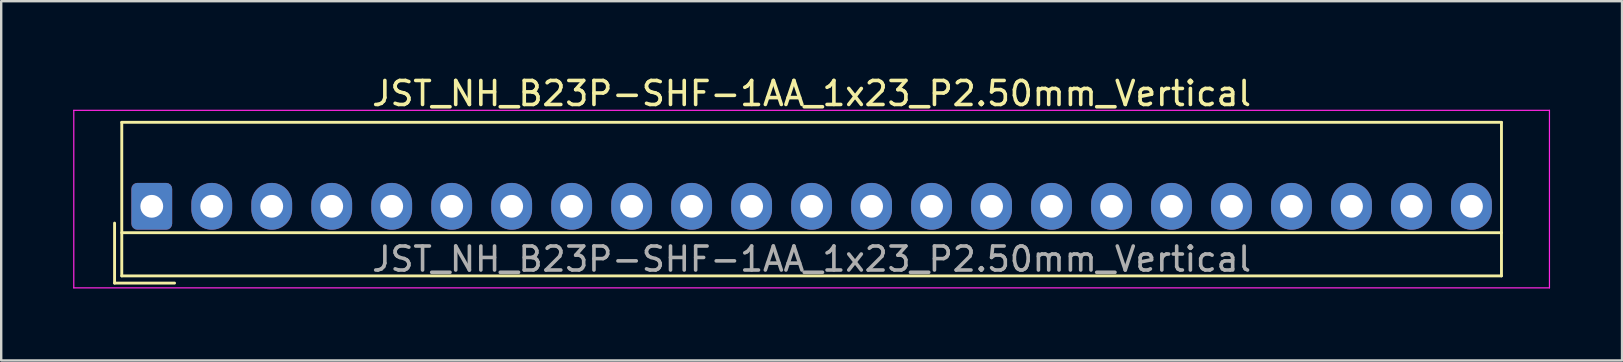
<source format=kicad_pcb>
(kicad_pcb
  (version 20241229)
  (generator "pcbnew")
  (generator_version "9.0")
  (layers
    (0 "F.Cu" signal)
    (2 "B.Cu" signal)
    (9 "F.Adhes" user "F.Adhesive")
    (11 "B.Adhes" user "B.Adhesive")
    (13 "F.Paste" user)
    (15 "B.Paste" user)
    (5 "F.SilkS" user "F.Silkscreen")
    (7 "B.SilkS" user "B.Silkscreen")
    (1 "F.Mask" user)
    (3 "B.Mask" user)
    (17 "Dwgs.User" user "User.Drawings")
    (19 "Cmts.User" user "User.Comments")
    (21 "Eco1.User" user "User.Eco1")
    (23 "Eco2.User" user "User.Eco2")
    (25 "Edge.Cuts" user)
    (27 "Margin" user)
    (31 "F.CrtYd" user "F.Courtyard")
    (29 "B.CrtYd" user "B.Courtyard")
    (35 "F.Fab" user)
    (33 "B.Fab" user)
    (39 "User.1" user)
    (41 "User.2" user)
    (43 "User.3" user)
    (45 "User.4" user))
  (footprint "JST_NH_B23P-SHF-1AA_1x23_P2.50mm_Vertical"
    (layer "F.Cu")
    (at 3.275 5.548)
    (property "Reference" "JST_NH_B23P-SHF-1AA_1x23_P2.50mm_Vertical" (at 27.5 -4.7 0) (layer "F.SilkS") (effects (font (size 1 1) (thickness 0.15))))
    (attr through_hole)
    (fp_line (start -1.55 0.7) (end -1.55 3.2) (stroke (width 0.12) (type solid)) (layer "F.SilkS"))
    (fp_line (start -1.55 3.2) (end 0.95 3.2) (stroke (width 0.12) (type solid)) (layer "F.SilkS"))
    (fp_line (start -1.25 -3.5) (end -1.25 2.9) (stroke (width 0.12) (type solid)) (layer "F.SilkS"))
    (fp_line (start -1.25 1.1) (end 56.25 1.1) (stroke (width 0.12) (type solid)) (layer "F.SilkS"))
    (fp_line (start -1.25 2.9) (end 56.25 2.9) (stroke (width 0.12) (type solid)) (layer "F.SilkS"))
    (fp_line (start 56.25 -3.5) (end -1.25 -3.5) (stroke (width 0.12) (type solid)) (layer "F.SilkS"))
    (fp_line (start 56.25 2.9) (end 56.25 -3.5) (stroke (width 0.12) (type solid)) (layer "F.SilkS"))
    (fp_line (start -3.25 -4) (end -3.25 3.4) (stroke (width 0.05) (type solid)) (layer "F.CrtYd"))
    (fp_line (start -3.25 3.4) (end 58.25 3.4) (stroke (width 0.05) (type solid)) (layer "F.CrtYd"))
    (fp_line (start 58.25 -4) (end -3.25 -4) (stroke (width 0.05) (type solid)) (layer "F.CrtYd"))
    (fp_line (start 58.25 3.4) (end 58.25 -4) (stroke (width 0.05) (type solid)) (layer "F.CrtYd"))
    (fp_text user "${REFERENCE}" (at 27.5 2.2 0) (layer "F.Fab") (effects (font (size 1 1) (thickness 0.15))))
    (pad "1" thru_hole roundrect (at 0 0) (size 1.7 1.95) (drill 0.95) (layers "*.Cu" "*.Mask") (roundrect_rratio 0.147))
    (pad "2" thru_hole oval (at 2.5 0) (size 1.7 1.95) (drill 0.95) (layers "*.Cu" "*.Mask"))
    (pad "3" thru_hole oval (at 5 0) (size 1.7 1.95) (drill 0.95) (layers "*.Cu" "*.Mask"))
    (pad "4" thru_hole oval (at 7.5 0) (size 1.7 1.95) (drill 0.95) (layers "*.Cu" "*.Mask"))
    (pad "5" thru_hole oval (at 10 0) (size 1.7 1.95) (drill 0.95) (layers "*.Cu" "*.Mask"))
    (pad "6" thru_hole oval (at 12.5 0) (size 1.7 1.95) (drill 0.95) (layers "*.Cu" "*.Mask"))
    (pad "7" thru_hole oval (at 15 0) (size 1.7 1.95) (drill 0.95) (layers "*.Cu" "*.Mask"))
    (pad "8" thru_hole oval (at 17.5 0) (size 1.7 1.95) (drill 0.95) (layers "*.Cu" "*.Mask"))
    (pad "9" thru_hole oval (at 20 0) (size 1.7 1.95) (drill 0.95) (layers "*.Cu" "*.Mask"))
    (pad "10" thru_hole oval (at 22.5 0) (size 1.7 1.95) (drill 0.95) (layers "*.Cu" "*.Mask"))
    (pad "11" thru_hole oval (at 25 0) (size 1.7 1.95) (drill 0.95) (layers "*.Cu" "*.Mask"))
    (pad "12" thru_hole oval (at 27.5 0) (size 1.7 1.95) (drill 0.95) (layers "*.Cu" "*.Mask"))
    (pad "13" thru_hole oval (at 30 0) (size 1.7 1.95) (drill 0.95) (layers "*.Cu" "*.Mask"))
    (pad "14" thru_hole oval (at 32.5 0) (size 1.7 1.95) (drill 0.95) (layers "*.Cu" "*.Mask"))
    (pad "15" thru_hole oval (at 35 0) (size 1.7 1.95) (drill 0.95) (layers "*.Cu" "*.Mask"))
    (pad "16" thru_hole oval (at 37.5 0) (size 1.7 1.95) (drill 0.95) (layers "*.Cu" "*.Mask"))
    (pad "17" thru_hole oval (at 40 0) (size 1.7 1.95) (drill 0.95) (layers "*.Cu" "*.Mask"))
    (pad "18" thru_hole oval (at 42.5 0) (size 1.7 1.95) (drill 0.95) (layers "*.Cu" "*.Mask"))
    (pad "19" thru_hole oval (at 45 0) (size 1.7 1.95) (drill 0.95) (layers "*.Cu" "*.Mask"))
    (pad "20" thru_hole oval (at 47.5 0) (size 1.7 1.95) (drill 0.95) (layers "*.Cu" "*.Mask"))
    (pad "21" thru_hole oval (at 50 0) (size 1.7 1.95) (drill 0.95) (layers "*.Cu" "*.Mask"))
    (pad "22" thru_hole oval (at 52.5 0) (size 1.7 1.95) (drill 0.95) (layers "*.Cu" "*.Mask"))
    (pad "23" thru_hole oval (at 55 0) (size 1.7 1.95) (drill 0.95) (layers "*.Cu" "*.Mask")))
  (gr_rect
    (start -3 -3)
    (end 64.55 11.973)
    (stroke (width 0.1) (type default))
    (fill no)
    (layer "Edge.Cuts")))
</source>
